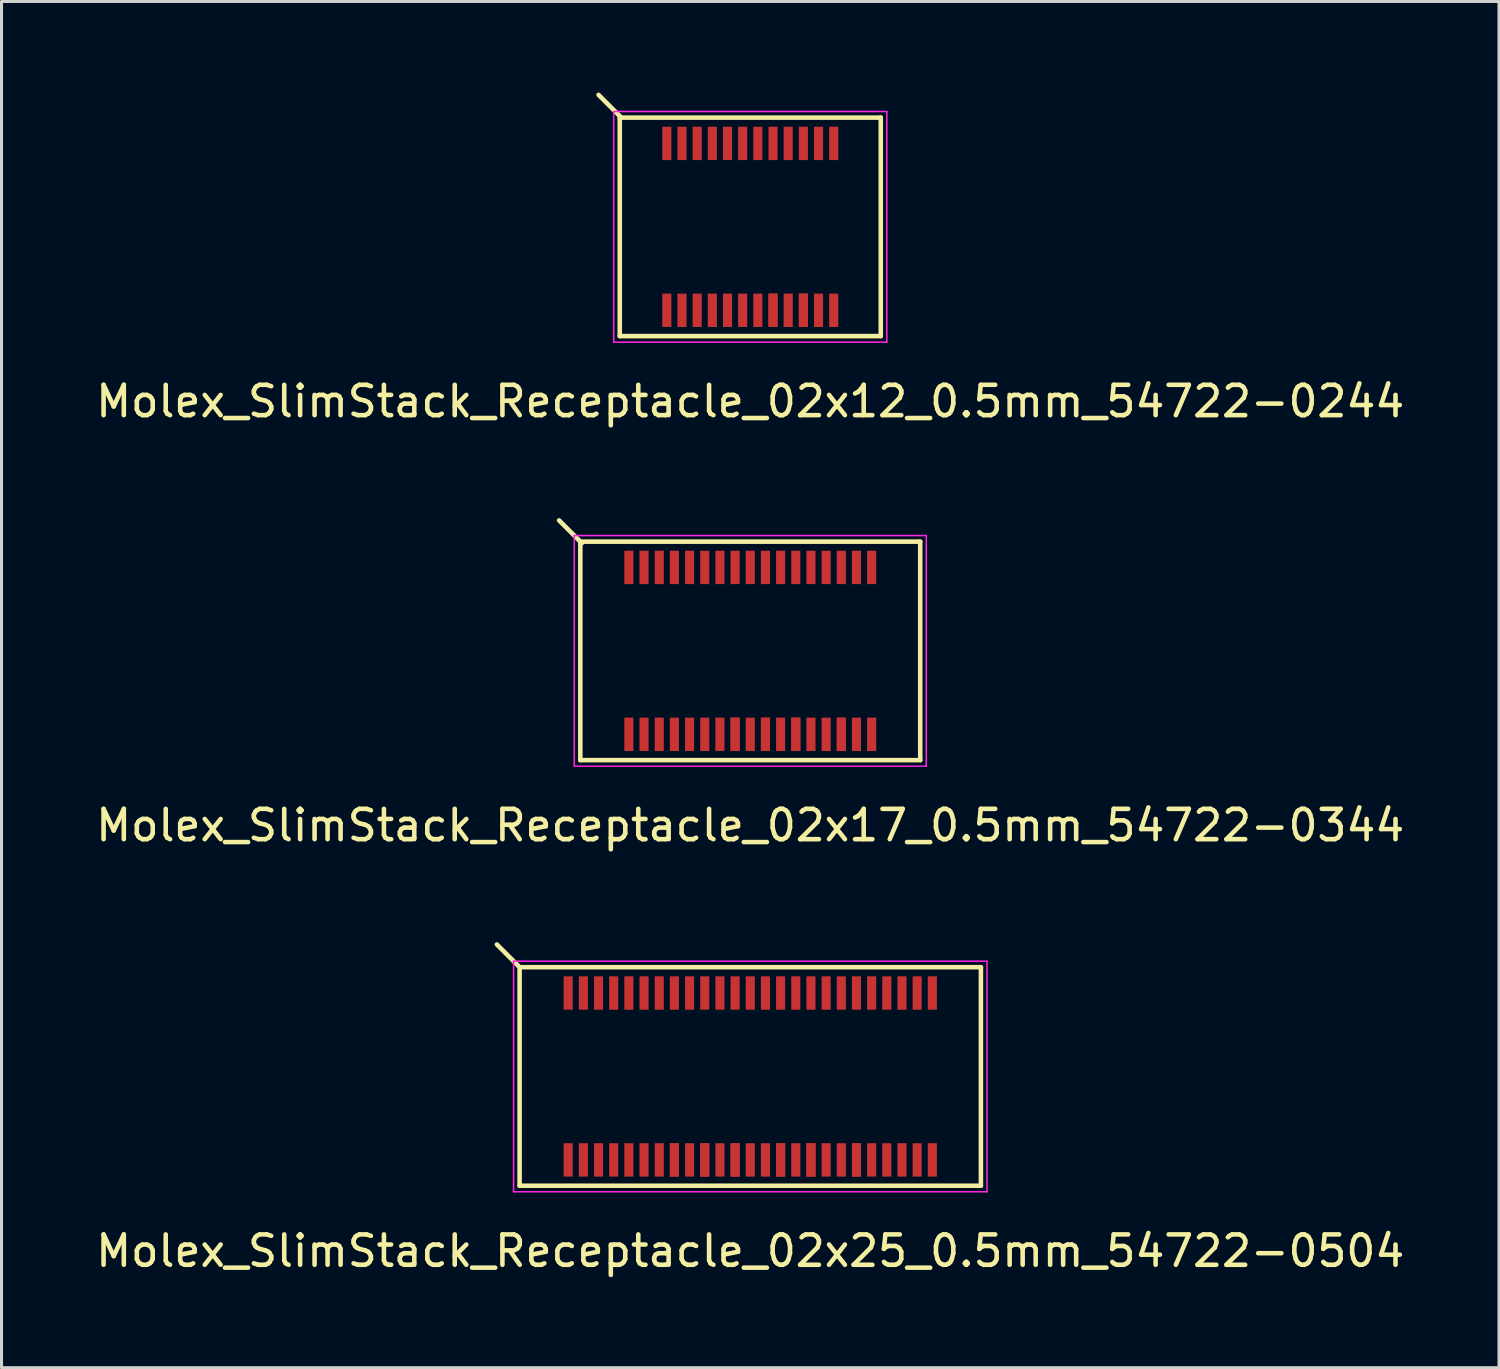
<source format=kicad_pcb>
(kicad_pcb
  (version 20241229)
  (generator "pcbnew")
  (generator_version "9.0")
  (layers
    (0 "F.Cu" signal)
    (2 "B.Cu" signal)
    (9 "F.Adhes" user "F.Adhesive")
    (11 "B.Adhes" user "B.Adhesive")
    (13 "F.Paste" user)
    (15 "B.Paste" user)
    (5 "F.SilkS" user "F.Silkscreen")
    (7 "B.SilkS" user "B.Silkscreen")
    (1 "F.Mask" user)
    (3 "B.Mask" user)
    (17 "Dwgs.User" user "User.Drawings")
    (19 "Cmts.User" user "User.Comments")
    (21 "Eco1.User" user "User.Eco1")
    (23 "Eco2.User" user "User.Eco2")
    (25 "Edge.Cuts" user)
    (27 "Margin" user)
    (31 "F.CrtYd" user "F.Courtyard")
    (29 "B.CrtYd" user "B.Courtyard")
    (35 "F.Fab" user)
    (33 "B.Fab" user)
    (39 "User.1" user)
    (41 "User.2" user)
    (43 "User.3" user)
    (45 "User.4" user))
  (footprint "Molex_SlimStack_Receptacle_02x12_0.5mm_54722-0244"
    (layer "F.Cu")
    (at 21.673 4.425)
    (property "Reference" "Molex_SlimStack_Receptacle_02x12_0.5mm_54722-0244" (at 0 5.75 0) (layer "F.SilkS") (effects (font (size 1 1) (thickness 0.15))))
    (attr smd)
    (fp_line (start -4.3 -3.6) (end -4.3 3.6) (stroke (width 0.15) (type solid)) (layer "F.SilkS"))
    (fp_line (start -4.3 3.6) (end 4.3 3.6) (stroke (width 0.15) (type solid)) (layer "F.SilkS"))
    (fp_line (start -4.25 -3.6) (end -5 -4.35) (stroke (width 0.15) (type solid)) (layer "F.SilkS"))
    (fp_line (start 4.3 -3.6) (end -4.3 -3.6) (stroke (width 0.15) (type solid)) (layer "F.SilkS"))
    (fp_line (start 4.3 3.6) (end 4.3 -3.6) (stroke (width 0.15) (type solid)) (layer "F.SilkS"))
    (fp_line (start -4.5 -3.8) (end -4.5 3.8) (stroke (width 0.05) (type solid)) (layer "F.CrtYd"))
    (fp_line (start -4.5 3.8) (end 4.5 3.8) (stroke (width 0.05) (type solid)) (layer "F.CrtYd"))
    (fp_line (start 4.5 -3.8) (end -4.5 -3.8) (stroke (width 0.05) (type solid)) (layer "F.CrtYd"))
    (fp_line (start 4.5 3.8) (end 4.5 -3.8) (stroke (width 0.05) (type solid)) (layer "F.CrtYd"))
    (pad "1" smd rect (at -2.75 -2.75) (size 0.3 1.1) (layers "F.Cu" "F.Mask" "F.Paste"))
    (pad "2" smd rect (at -2.75 2.75) (size 0.3 1.1) (layers "F.Cu" "F.Mask" "F.Paste"))
    (pad "3" smd rect (at -2.25 -2.75) (size 0.3 1.1) (layers "F.Cu" "F.Mask" "F.Paste"))
    (pad "4" smd rect (at -2.25 2.75) (size 0.3 1.1) (layers "F.Cu" "F.Mask" "F.Paste"))
    (pad "5" smd rect (at -1.75 -2.75) (size 0.3 1.1) (layers "F.Cu" "F.Mask" "F.Paste"))
    (pad "6" smd rect (at -1.75 2.75) (size 0.3 1.1) (layers "F.Cu" "F.Mask" "F.Paste"))
    (pad "7" smd rect (at -1.25 -2.75) (size 0.3 1.1) (layers "F.Cu" "F.Mask" "F.Paste"))
    (pad "8" smd rect (at -1.25 2.75) (size 0.3 1.1) (layers "F.Cu" "F.Mask" "F.Paste"))
    (pad "9" smd rect (at -0.75 -2.75) (size 0.3 1.1) (layers "F.Cu" "F.Mask" "F.Paste"))
    (pad "10" smd rect (at -0.75 2.75) (size 0.3 1.1) (layers "F.Cu" "F.Mask" "F.Paste"))
    (pad "11" smd rect (at -0.25 -2.75) (size 0.3 1.1) (layers "F.Cu" "F.Mask" "F.Paste"))
    (pad "12" smd rect (at -0.25 2.75) (size 0.3 1.1) (layers "F.Cu" "F.Mask" "F.Paste"))
    (pad "13" smd rect (at 0.25 -2.75) (size 0.3 1.1) (layers "F.Cu" "F.Mask" "F.Paste"))
    (pad "14" smd rect (at 0.25 2.75) (size 0.3 1.1) (layers "F.Cu" "F.Mask" "F.Paste"))
    (pad "15" smd rect (at 0.75 -2.75) (size 0.3 1.1) (layers "F.Cu" "F.Mask" "F.Paste"))
    (pad "16" smd rect (at 0.75 2.75) (size 0.3 1.1) (layers "F.Cu" "F.Mask" "F.Paste"))
    (pad "16" smd rect (at 0.75 2.75) (size 0.3 1.1) (layers "F.Cu" "F.Mask" "F.Paste"))
    (pad "17" smd rect (at 1.25 -2.75) (size 0.3 1.1) (layers "F.Cu" "F.Mask" "F.Paste"))
    (pad "18" smd rect (at 1.25 2.75) (size 0.3 1.1) (layers "F.Cu" "F.Mask" "F.Paste"))
    (pad "19" smd rect (at 1.75 -2.75) (size 0.3 1.1) (layers "F.Cu" "F.Mask" "F.Paste"))
    (pad "20" smd rect (at 1.75 2.75) (size 0.3 1.1) (layers "F.Cu" "F.Mask" "F.Paste"))
    (pad "20" smd rect (at 1.75 2.75) (size 0.3 1.1) (layers "F.Cu" "F.Mask" "F.Paste"))
    (pad "21" smd rect (at 2.25 -2.75) (size 0.3 1.1) (layers "F.Cu" "F.Mask" "F.Paste"))
    (pad "22" smd rect (at 2.25 2.75) (size 0.3 1.1) (layers "F.Cu" "F.Mask" "F.Paste"))
    (pad "23" smd rect (at 2.75 -2.75) (size 0.3 1.1) (layers "F.Cu" "F.Mask" "F.Paste"))
    (pad "24" smd rect (at 2.75 2.75) (size 0.3 1.1) (layers "F.Cu" "F.Mask" "F.Paste")))
  (footprint "Molex_SlimStack_Receptacle_02x17_0.5mm_54722-0344"
    (layer "F.Cu")
    (at 21.673 18.398)
    (property "Reference" "Molex_SlimStack_Receptacle_02x17_0.5mm_54722-0344" (at 0 5.75 0) (layer "F.SilkS") (effects (font (size 1 1) (thickness 0.15))))
    (attr smd)
    (fp_line (start -5.6 -3.6) (end -5.6 3.6) (stroke (width 0.15) (type solid)) (layer "F.SilkS"))
    (fp_line (start -5.6 3.6) (end 5.6 3.6) (stroke (width 0.15) (type solid)) (layer "F.SilkS"))
    (fp_line (start -5.55 -3.55) (end -6.3 -4.3) (stroke (width 0.15) (type solid)) (layer "F.SilkS"))
    (fp_line (start 5.6 -3.6) (end -5.6 -3.6) (stroke (width 0.15) (type solid)) (layer "F.SilkS"))
    (fp_line (start 5.6 3.6) (end 5.6 -3.6) (stroke (width 0.15) (type solid)) (layer "F.SilkS"))
    (fp_line (start -5.8 -3.8) (end -5.8 3.8) (stroke (width 0.05) (type solid)) (layer "F.CrtYd"))
    (fp_line (start -5.8 3.8) (end 5.8 3.8) (stroke (width 0.05) (type solid)) (layer "F.CrtYd"))
    (fp_line (start 5.8 -3.8) (end -5.8 -3.8) (stroke (width 0.05) (type solid)) (layer "F.CrtYd"))
    (fp_line (start 5.8 3.8) (end 5.8 -3.8) (stroke (width 0.05) (type solid)) (layer "F.CrtYd"))
    (pad "1" smd rect (at -4 -2.75) (size 0.3 1.1) (layers "F.Cu" "F.Mask" "F.Paste"))
    (pad "2" smd rect (at -4 2.75) (size 0.3 1.1) (layers "F.Cu" "F.Mask" "F.Paste"))
    (pad "3" smd rect (at -3.5 -2.75) (size 0.3 1.1) (layers "F.Cu" "F.Mask" "F.Paste"))
    (pad "4" smd rect (at -3.5 2.75) (size 0.3 1.1) (layers "F.Cu" "F.Mask" "F.Paste"))
    (pad "5" smd rect (at -3 -2.75) (size 0.3 1.1) (layers "F.Cu" "F.Mask" "F.Paste"))
    (pad "6" smd rect (at -3 2.75) (size 0.3 1.1) (layers "F.Cu" "F.Mask" "F.Paste"))
    (pad "7" smd rect (at -2.5 -2.75) (size 0.3 1.1) (layers "F.Cu" "F.Mask" "F.Paste"))
    (pad "8" smd rect (at -2.5 2.75) (size 0.3 1.1) (layers "F.Cu" "F.Mask" "F.Paste"))
    (pad "9" smd rect (at -2 -2.75) (size 0.3 1.1) (layers "F.Cu" "F.Mask" "F.Paste"))
    (pad "10" smd rect (at -2 2.75) (size 0.3 1.1) (layers "F.Cu" "F.Mask" "F.Paste"))
    (pad "11" smd rect (at -1.5 -2.75) (size 0.3 1.1) (layers "F.Cu" "F.Mask" "F.Paste"))
    (pad "12" smd rect (at -1.5 2.75) (size 0.3 1.1) (layers "F.Cu" "F.Mask" "F.Paste"))
    (pad "13" smd rect (at -1 -2.75) (size 0.3 1.1) (layers "F.Cu" "F.Mask" "F.Paste"))
    (pad "14" smd rect (at -1 2.75) (size 0.3 1.1) (layers "F.Cu" "F.Mask" "F.Paste"))
    (pad "15" smd rect (at -0.5 -2.75) (size 0.3 1.1) (layers "F.Cu" "F.Mask" "F.Paste"))
    (pad "16" smd rect (at -0.5 2.75) (size 0.3 1.1) (layers "F.Cu" "F.Mask" "F.Paste"))
    (pad "16" smd rect (at -0.5 2.75) (size 0.3 1.1) (layers "F.Cu" "F.Mask" "F.Paste"))
    (pad "17" smd rect (at 0 -2.75) (size 0.3 1.1) (layers "F.Cu" "F.Mask" "F.Paste"))
    (pad "18" smd rect (at 0 2.75) (size 0.3 1.1) (layers "F.Cu" "F.Mask" "F.Paste"))
    (pad "19" smd rect (at 0.5 -2.75) (size 0.3 1.1) (layers "F.Cu" "F.Mask" "F.Paste"))
    (pad "20" smd rect (at 0.5 2.75) (size 0.3 1.1) (layers "F.Cu" "F.Mask" "F.Paste"))
    (pad "20" smd rect (at 0.5 2.75) (size 0.3 1.1) (layers "F.Cu" "F.Mask" "F.Paste"))
    (pad "21" smd rect (at 1 -2.75) (size 0.3 1.1) (layers "F.Cu" "F.Mask" "F.Paste"))
    (pad "22" smd rect (at 1 2.75) (size 0.3 1.1) (layers "F.Cu" "F.Mask" "F.Paste"))
    (pad "23" smd rect (at 1.5 -2.75) (size 0.3 1.1) (layers "F.Cu" "F.Mask" "F.Paste"))
    (pad "24" smd rect (at 1.5 2.75) (size 0.3 1.1) (layers "F.Cu" "F.Mask" "F.Paste"))
    (pad "24" smd rect (at 1.5 2.75) (size 0.3 1.1) (layers "F.Cu" "F.Mask" "F.Paste"))
    (pad "25" smd rect (at 2 -2.75) (size 0.3 1.1) (layers "F.Cu" "F.Mask" "F.Paste"))
    (pad "26" smd rect (at 2 2.75) (size 0.3 1.1) (layers "F.Cu" "F.Mask" "F.Paste"))
    (pad "27" smd rect (at 2.5 -2.75) (size 0.3 1.1) (layers "F.Cu" "F.Mask" "F.Paste"))
    (pad "28" smd rect (at 2.5 2.75) (size 0.3 1.1) (layers "F.Cu" "F.Mask" "F.Paste"))
    (pad "29" smd rect (at 3 -2.75) (size 0.3 1.1) (layers "F.Cu" "F.Mask" "F.Paste"))
    (pad "30" smd rect (at 3 2.75) (size 0.3 1.1) (layers "F.Cu" "F.Mask" "F.Paste"))
    (pad "30" smd rect (at 3 2.75) (size 0.3 1.1) (layers "F.Cu" "F.Mask" "F.Paste"))
    (pad "31" smd rect (at 3.5 -2.75) (size 0.3 1.1) (layers "F.Cu" "F.Mask" "F.Paste"))
    (pad "32" smd rect (at 3.5 2.75) (size 0.3 1.1) (layers "F.Cu" "F.Mask" "F.Paste"))
    (pad "33" smd rect (at 4 -2.75) (size 0.3 1.1) (layers "F.Cu" "F.Mask" "F.Paste"))
    (pad "34" smd rect (at 4 2.75) (size 0.3 1.1) (layers "F.Cu" "F.Mask" "F.Paste")))
  (footprint "Molex_SlimStack_Receptacle_02x25_0.5mm_54722-0504"
    (layer "F.Cu")
    (at 21.673 32.422)
    (property "Reference" "Molex_SlimStack_Receptacle_02x25_0.5mm_54722-0504" (at 0 5.75 0) (layer "F.SilkS") (effects (font (size 1 1) (thickness 0.15))))
    (attr smd)
    (fp_line (start -7.6 -3.6) (end -8.35 -4.35) (stroke (width 0.15) (type solid)) (layer "F.SilkS"))
    (fp_line (start -7.6 -3.6) (end -7.6 3.6) (stroke (width 0.15) (type solid)) (layer "F.SilkS"))
    (fp_line (start -7.6 3.6) (end 7.6 3.6) (stroke (width 0.15) (type solid)) (layer "F.SilkS"))
    (fp_line (start 7.6 -3.6) (end -7.6 -3.6) (stroke (width 0.15) (type solid)) (layer "F.SilkS"))
    (fp_line (start 7.6 3.6) (end 7.6 -3.6) (stroke (width 0.15) (type solid)) (layer "F.SilkS"))
    (fp_line (start -7.8 -3.8) (end -7.8 3.8) (stroke (width 0.05) (type solid)) (layer "F.CrtYd"))
    (fp_line (start -7.8 3.8) (end 7.8 3.8) (stroke (width 0.05) (type solid)) (layer "F.CrtYd"))
    (fp_line (start 7.8 -3.8) (end -7.8 -3.8) (stroke (width 0.05) (type solid)) (layer "F.CrtYd"))
    (fp_line (start 7.8 3.8) (end 7.8 -3.8) (stroke (width 0.05) (type solid)) (layer "F.CrtYd"))
    (pad "1" smd rect (at -6 -2.75) (size 0.3 1.1) (layers "F.Cu" "F.Mask" "F.Paste"))
    (pad "2" smd rect (at -6 2.75) (size 0.3 1.1) (layers "F.Cu" "F.Mask" "F.Paste"))
    (pad "3" smd rect (at -5.5 -2.75) (size 0.3 1.1) (layers "F.Cu" "F.Mask" "F.Paste"))
    (pad "4" smd rect (at -5.5 2.75) (size 0.3 1.1) (layers "F.Cu" "F.Mask" "F.Paste"))
    (pad "5" smd rect (at -5 -2.75) (size 0.3 1.1) (layers "F.Cu" "F.Mask" "F.Paste"))
    (pad "6" smd rect (at -5 2.75) (size 0.3 1.1) (layers "F.Cu" "F.Mask" "F.Paste"))
    (pad "7" smd rect (at -4.5 -2.75) (size 0.3 1.1) (layers "F.Cu" "F.Mask" "F.Paste"))
    (pad "8" smd rect (at -4.5 2.75) (size 0.3 1.1) (layers "F.Cu" "F.Mask" "F.Paste"))
    (pad "9" smd rect (at -4 -2.75) (size 0.3 1.1) (layers "F.Cu" "F.Mask" "F.Paste"))
    (pad "10" smd rect (at -4 2.75) (size 0.3 1.1) (layers "F.Cu" "F.Mask" "F.Paste"))
    (pad "11" smd rect (at -3.5 -2.75) (size 0.3 1.1) (layers "F.Cu" "F.Mask" "F.Paste"))
    (pad "12" smd rect (at -3.5 2.75) (size 0.3 1.1) (layers "F.Cu" "F.Mask" "F.Paste"))
    (pad "13" smd rect (at -3 -2.75) (size 0.3 1.1) (layers "F.Cu" "F.Mask" "F.Paste"))
    (pad "14" smd rect (at -3 2.75) (size 0.3 1.1) (layers "F.Cu" "F.Mask" "F.Paste"))
    (pad "15" smd rect (at -2.5 -2.75) (size 0.3 1.1) (layers "F.Cu" "F.Mask" "F.Paste"))
    (pad "16" smd rect (at -2.5 2.75) (size 0.3 1.1) (layers "F.Cu" "F.Mask" "F.Paste"))
    (pad "16" smd rect (at -2.5 2.75) (size 0.3 1.1) (layers "F.Cu" "F.Mask" "F.Paste"))
    (pad "17" smd rect (at -2 -2.75) (size 0.3 1.1) (layers "F.Cu" "F.Mask" "F.Paste"))
    (pad "18" smd rect (at -2 2.75) (size 0.3 1.1) (layers "F.Cu" "F.Mask" "F.Paste"))
    (pad "19" smd rect (at -1.5 -2.75) (size 0.3 1.1) (layers "F.Cu" "F.Mask" "F.Paste"))
    (pad "20" smd rect (at -1.5 2.75) (size 0.3 1.1) (layers "F.Cu" "F.Mask" "F.Paste"))
    (pad "20" smd rect (at -1.5 2.75) (size 0.3 1.1) (layers "F.Cu" "F.Mask" "F.Paste"))
    (pad "21" smd rect (at -1 -2.75) (size 0.3 1.1) (layers "F.Cu" "F.Mask" "F.Paste"))
    (pad "22" smd rect (at -1 2.75) (size 0.3 1.1) (layers "F.Cu" "F.Mask" "F.Paste"))
    (pad "23" smd rect (at -0.5 -2.75) (size 0.3 1.1) (layers "F.Cu" "F.Mask" "F.Paste"))
    (pad "24" smd rect (at -0.5 2.75) (size 0.3 1.1) (layers "F.Cu" "F.Mask" "F.Paste"))
    (pad "24" smd rect (at -0.5 2.75) (size 0.3 1.1) (layers "F.Cu" "F.Mask" "F.Paste"))
    (pad "25" smd rect (at 0 -2.75) (size 0.3 1.1) (layers "F.Cu" "F.Mask" "F.Paste"))
    (pad "26" smd rect (at 0 2.75) (size 0.3 1.1) (layers "F.Cu" "F.Mask" "F.Paste"))
    (pad "27" smd rect (at 0.5 -2.75) (size 0.3 1.1) (layers "F.Cu" "F.Mask" "F.Paste"))
    (pad "28" smd rect (at 0.5 2.75) (size 0.3 1.1) (layers "F.Cu" "F.Mask" "F.Paste"))
    (pad "29" smd rect (at 1 -2.75) (size 0.3 1.1) (layers "F.Cu" "F.Mask" "F.Paste"))
    (pad "30" smd rect (at 1 2.75) (size 0.3 1.1) (layers "F.Cu" "F.Mask" "F.Paste"))
    (pad "30" smd rect (at 1 2.75) (size 0.3 1.1) (layers "F.Cu" "F.Mask" "F.Paste"))
    (pad "31" smd rect (at 1.5 -2.75) (size 0.3 1.1) (layers "F.Cu" "F.Mask" "F.Paste"))
    (pad "32" smd rect (at 1.5 2.75) (size 0.3 1.1) (layers "F.Cu" "F.Mask" "F.Paste"))
    (pad "33" smd rect (at 2 -2.75) (size 0.3 1.1) (layers "F.Cu" "F.Mask" "F.Paste"))
    (pad "34" smd rect (at 2 2.75) (size 0.3 1.1) (layers "F.Cu" "F.Mask" "F.Paste"))
    (pad "34" smd rect (at 2 2.75) (size 0.3 1.1) (layers "F.Cu" "F.Mask" "F.Paste"))
    (pad "35" smd rect (at 2.5 -2.75) (size 0.3 1.1) (layers "F.Cu" "F.Mask" "F.Paste"))
    (pad "36" smd rect (at 2.5 2.75) (size 0.3 1.1) (layers "F.Cu" "F.Mask" "F.Paste"))
    (pad "37" smd rect (at 3 -2.75) (size 0.3 1.1) (layers "F.Cu" "F.Mask" "F.Paste"))
    (pad "38" smd rect (at 3 2.75) (size 0.3 1.1) (layers "F.Cu" "F.Mask" "F.Paste"))
    (pad "39" smd rect (at 3.5 -2.75) (size 0.3 1.1) (layers "F.Cu" "F.Mask" "F.Paste"))
    (pad "40" smd rect (at 3.5 2.75) (size 0.3 1.1) (layers "F.Cu" "F.Mask" "F.Paste"))
    (pad "40" smd rect (at 3.5 2.75) (size 0.3 1.1) (layers "F.Cu" "F.Mask" "F.Paste"))
    (pad "41" smd rect (at 4 -2.75) (size 0.3 1.1) (layers "F.Cu" "F.Mask" "F.Paste"))
    (pad "42" smd rect (at 4 2.75) (size 0.3 1.1) (layers "F.Cu" "F.Mask" "F.Paste"))
    (pad "43" smd rect (at 4.5 -2.75) (size 0.3 1.1) (layers "F.Cu" "F.Mask" "F.Paste"))
    (pad "44" smd rect (at 4.5 2.75) (size 0.3 1.1) (layers "F.Cu" "F.Mask" "F.Paste"))
    (pad "45" smd rect (at 5 -2.75) (size 0.3 1.1) (layers "F.Cu" "F.Mask" "F.Paste"))
    (pad "46" smd rect (at 5 2.75) (size 0.3 1.1) (layers "F.Cu" "F.Mask" "F.Paste"))
    (pad "47" smd rect (at 5.5 -2.75) (size 0.3 1.1) (layers "F.Cu" "F.Mask" "F.Paste"))
    (pad "48" smd rect (at 5.5 2.75) (size 0.3 1.1) (layers "F.Cu" "F.Mask" "F.Paste"))
    (pad "49" smd rect (at 6 -2.75) (size 0.3 1.1) (layers "F.Cu" "F.Mask" "F.Paste"))
    (pad "50" smd rect (at 6 2.75) (size 0.3 1.1) (layers "F.Cu" "F.Mask" "F.Paste")))
  (gr_rect
    (start -3 -3)
    (end 46.345 42.02)
    (stroke (width 0.1) (type default))
    (fill no)
    (layer "Edge.Cuts")))
</source>
